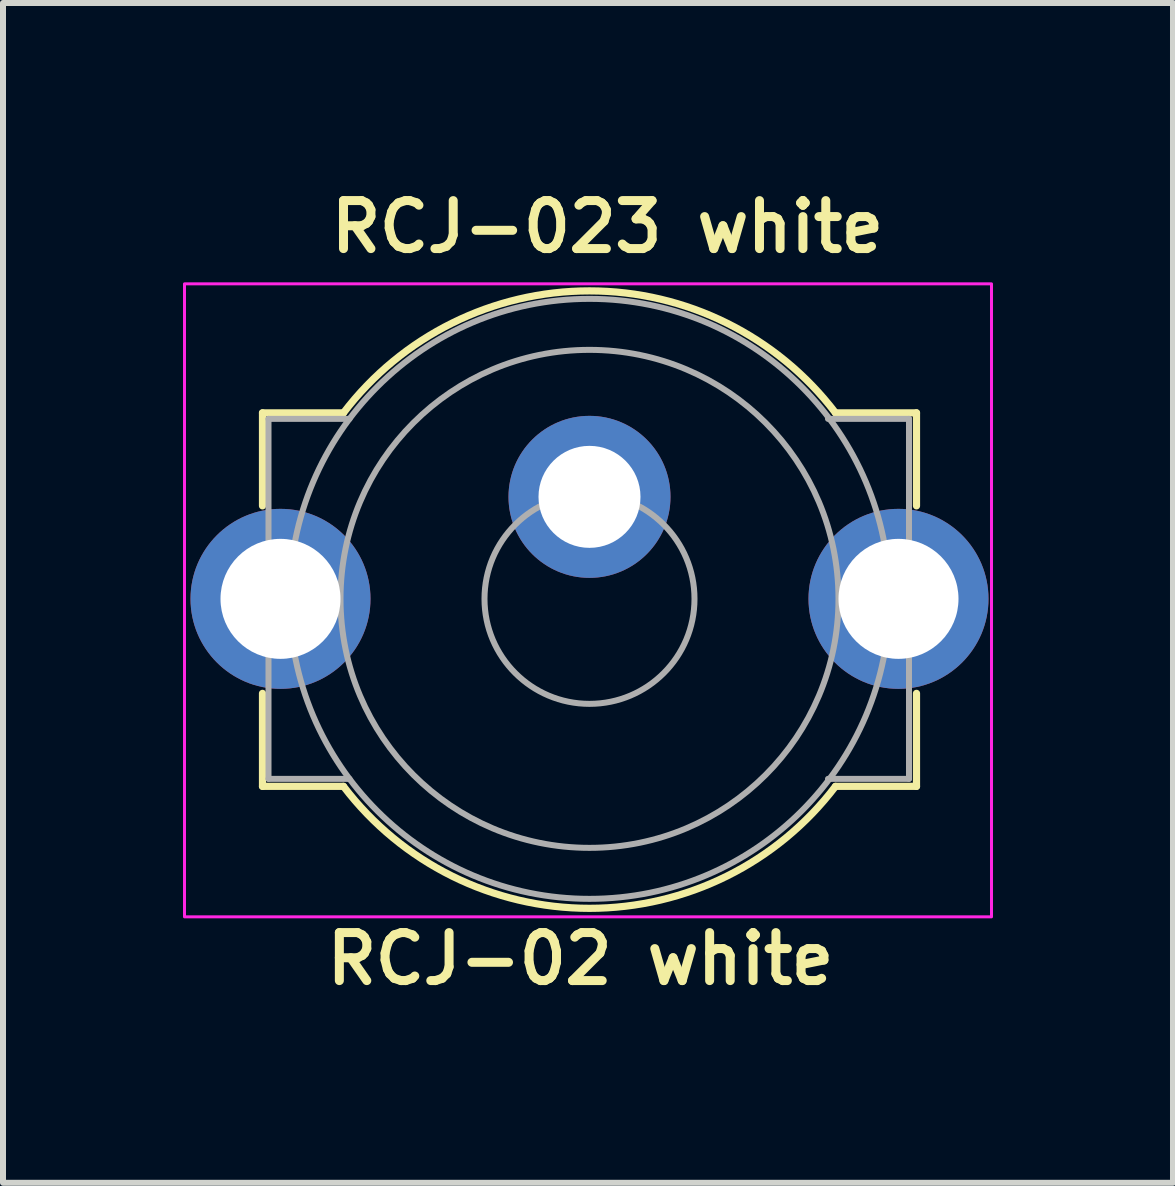
<source format=kicad_pcb>
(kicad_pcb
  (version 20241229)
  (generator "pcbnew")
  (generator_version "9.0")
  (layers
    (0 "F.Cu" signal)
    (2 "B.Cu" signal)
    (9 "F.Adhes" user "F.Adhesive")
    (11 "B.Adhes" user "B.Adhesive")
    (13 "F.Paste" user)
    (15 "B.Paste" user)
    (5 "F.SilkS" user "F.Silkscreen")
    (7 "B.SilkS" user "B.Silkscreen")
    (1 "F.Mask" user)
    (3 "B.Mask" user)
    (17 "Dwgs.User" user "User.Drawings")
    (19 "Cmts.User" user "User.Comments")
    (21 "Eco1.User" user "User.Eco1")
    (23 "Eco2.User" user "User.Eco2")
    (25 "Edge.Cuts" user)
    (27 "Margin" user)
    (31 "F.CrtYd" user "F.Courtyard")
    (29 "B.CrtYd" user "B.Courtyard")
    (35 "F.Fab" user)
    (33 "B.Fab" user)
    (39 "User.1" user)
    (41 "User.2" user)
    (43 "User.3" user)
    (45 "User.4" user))
  (footprint "RCJ-023 white"
    (layer "F.Cu")
    (at 1.625 6.931)
    (property "Reference" "RCJ-023 white" (at 5.45 -6.2 0) (layer "F.SilkS") (effects (font (size 0.8 0.8) (thickness 0.15))))
    (property "Value" "RCJ-02 white" (at 5.4 6.15 0) (layer "F.Fab") (hide yes) (effects (font (size 1 1) (thickness 0.15))))
    (fp_line (start -0.3 -3.1) (end -0.3 -1.55) (stroke (width 0.12) (type solid)) (layer "F.SilkS"))
    (fp_line (start -0.3 3.125) (end -0.3 1.575) (stroke (width 0.12) (type solid)) (layer "F.SilkS"))
    (fp_line (start -0.3 3.125) (end 1.05 3.125) (stroke (width 0.12) (type solid)) (layer "F.SilkS"))
    (fp_line (start 1.05 -3.1) (end -0.3 -3.1) (stroke (width 0.12) (type solid)) (layer "F.SilkS"))
    (fp_line (start 9.25 3.125) (end 10.6 3.125) (stroke (width 0.12) (type solid)) (layer "F.SilkS"))
    (fp_line (start 10.6 -3.1) (end 9.25 -3.1) (stroke (width 0.12) (type solid)) (layer "F.SilkS"))
    (fp_line (start 10.6 -3.1) (end 10.6 -1.55) (stroke (width 0.12) (type solid)) (layer "F.SilkS"))
    (fp_line (start 10.6 3.125) (end 10.6 1.575) (stroke (width 0.12) (type solid)) (layer "F.SilkS"))
    (fp_arc (start 1.05 -3.1) (mid 5.15 -5.132951) (end 9.25 -3.1) (stroke (width 0.12) (type solid)) (layer "F.SilkS"))
    (fp_arc (start 9.25 3.125) (mid 5.15 5.157951) (end 1.05 3.125) (stroke (width 0.12) (type solid)) (layer "F.SilkS"))
    (fp_rect (start -1.6 -5.25) (end 11.85 5.3) (stroke (width 0.05) (type solid)) (fill no) (layer "F.CrtYd"))
    (fp_line (start -0.2 -3) (end -0.2 3) (stroke (width 0.1) (type solid)) (layer "F.Fab"))
    (fp_line (start -0.2 3) (end 1.15 3) (stroke (width 0.1) (type solid)) (layer "F.Fab"))
    (fp_line (start 1.15 -3) (end -0.2 -3) (stroke (width 0.1) (type solid)) (layer "F.Fab"))
    (fp_line (start 9.125 3) (end 10.475 3) (stroke (width 0.1) (type solid)) (layer "F.Fab"))
    (fp_line (start 10.475 -3) (end 9.125 -3) (stroke (width 0.1) (type solid)) (layer "F.Fab"))
    (fp_line (start 10.475 3) (end 10.475 -3) (stroke (width 0.1) (type solid)) (layer "F.Fab"))
    (fp_circle (center 5.15 0) (end 5.15 1.75) (stroke (width 0.1) (type solid)) (fill no) (layer "F.Fab"))
    (fp_circle (center 5.15 0) (end 5.15 4.15) (stroke (width 0.1) (type solid)) (fill no) (layer "F.Fab"))
    (fp_circle (center 5.15 0) (end 5.15 5) (stroke (width 0.1) (type solid)) (fill no) (layer "F.Fab"))
    (fp_text user "${VALUE}" (at 5 6 0) (layer "F.SilkS") (effects (font (size 0.8 0.8) (thickness 0.15))))
    (pad "S" thru_hole circle (at 0 0) (size 3 3) (drill 2) (layers "*.Cu" "*.Mask"))
    (pad "S" thru_hole circle (at 10.3 0) (size 3 3) (drill 2) (layers "*.Cu" "*.Mask"))
    (pad "T" thru_hole circle (at 5.15 -1.7) (size 2.7 2.7) (drill 1.7) (layers "*.Cu" "*.Mask")))
  (gr_rect
    (start -3 -3)
    (end 16.5 16.663)
    (stroke (width 0.1) (type default))
    (fill no)
    (layer "Edge.Cuts")))
</source>
